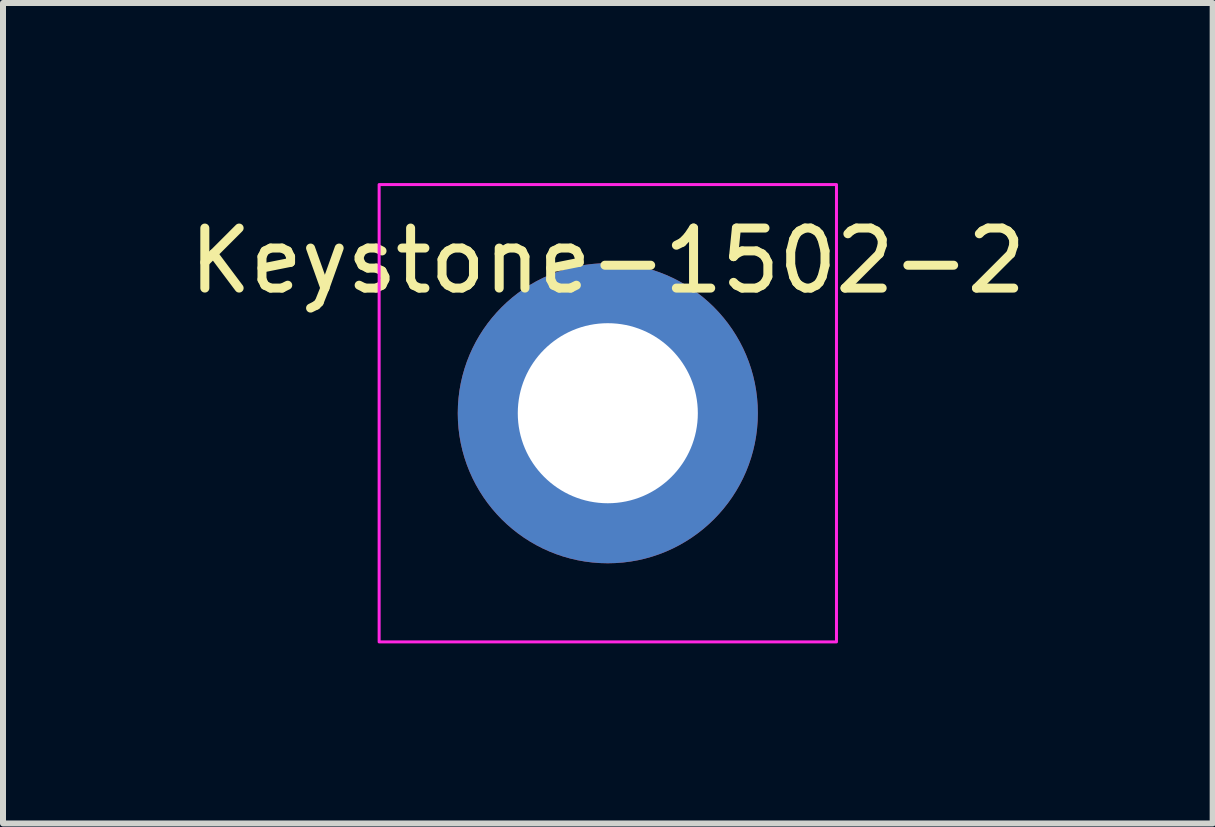
<source format=kicad_pcb>
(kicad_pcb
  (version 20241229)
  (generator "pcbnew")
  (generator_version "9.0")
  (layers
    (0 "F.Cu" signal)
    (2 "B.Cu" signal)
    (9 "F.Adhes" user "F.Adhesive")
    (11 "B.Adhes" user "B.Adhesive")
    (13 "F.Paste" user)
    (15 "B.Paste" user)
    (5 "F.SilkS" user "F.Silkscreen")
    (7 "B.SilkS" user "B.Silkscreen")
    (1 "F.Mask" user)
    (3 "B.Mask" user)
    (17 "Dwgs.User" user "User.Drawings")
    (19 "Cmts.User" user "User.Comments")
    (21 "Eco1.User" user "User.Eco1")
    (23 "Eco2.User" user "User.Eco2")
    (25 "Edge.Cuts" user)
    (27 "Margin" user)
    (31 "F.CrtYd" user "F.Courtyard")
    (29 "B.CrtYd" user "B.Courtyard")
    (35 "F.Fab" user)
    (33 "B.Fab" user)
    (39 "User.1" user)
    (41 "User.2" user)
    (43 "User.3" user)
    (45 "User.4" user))
  (footprint "Keystone-1502-2"
    (layer "F.Cu")
    (at 7.077 3.835)
    (property "Reference" "Keystone-1502-2" (at 0 -2.54 0) (unlocked yes) (layer "F.SilkS") (effects (font (size 1 1) (thickness 0.15))))
    (attr through_hole)
    (fp_rect (start -3.81 -3.81) (end 3.81 3.81) (stroke (width 0.05) (type default)) (fill no) (layer "F.CrtYd"))
    (pad "1" thru_hole circle (at 0 0) (size 5 5) (drill 3) (layers "*.Cu" "*.Mask")))
  (gr_rect
    (start -3 -3)
    (end 17.155 10.67)
    (stroke (width 0.1) (type default))
    (fill no)
    (layer "Edge.Cuts")))
</source>
